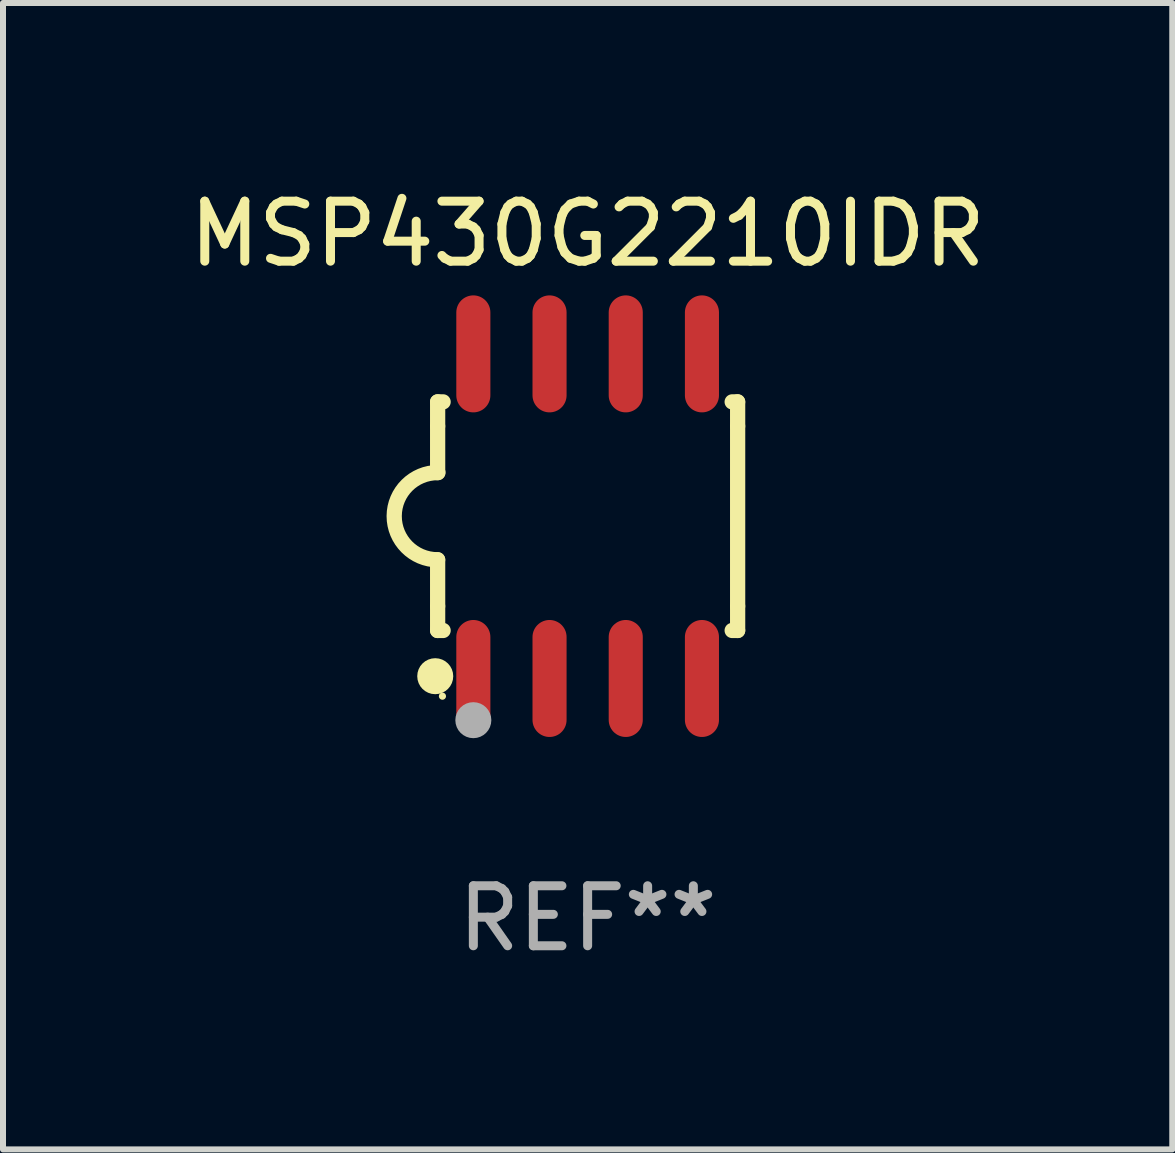
<source format=kicad_pcb>
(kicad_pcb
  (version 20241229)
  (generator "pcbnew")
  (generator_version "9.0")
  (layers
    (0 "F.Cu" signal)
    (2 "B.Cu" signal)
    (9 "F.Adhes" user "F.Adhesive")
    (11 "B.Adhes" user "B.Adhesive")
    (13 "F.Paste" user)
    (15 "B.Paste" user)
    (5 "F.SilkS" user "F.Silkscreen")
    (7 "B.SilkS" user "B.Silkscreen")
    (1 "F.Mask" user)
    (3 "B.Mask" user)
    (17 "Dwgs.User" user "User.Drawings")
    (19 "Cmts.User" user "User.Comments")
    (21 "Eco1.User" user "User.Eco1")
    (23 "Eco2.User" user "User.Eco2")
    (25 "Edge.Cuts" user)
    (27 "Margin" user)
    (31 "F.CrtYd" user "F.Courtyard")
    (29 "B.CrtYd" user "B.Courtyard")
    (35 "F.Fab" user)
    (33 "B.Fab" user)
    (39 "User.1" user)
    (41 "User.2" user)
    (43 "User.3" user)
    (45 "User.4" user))
  (footprint "MSP430G2210IDR"
    (layer "F.Cu")
    (at 6.744 5.553)
    (property "Reference" "MSP430G2210IDR" (at 0 -4.705 0) (layer "F.SilkS") (effects (font (size 1 1) (thickness 0.15))))
    (attr through_hole)
    (fp_line (start -2.5 -1.905) (end -2.409 -1.905) (stroke (width 0.254) (type solid)) (layer "F.SilkS"))
    (fp_line (start -2.5 -1.5) (end -2.5 -1.905) (stroke (width 0.254) (type solid)) (layer "F.SilkS"))
    (fp_line (start -2.5 -1.5) (end -2.5 -0.726) (stroke (width 0.254) (type solid)) (layer "F.SilkS"))
    (fp_line (start -2.5 1.5) (end -2.5 0.727) (stroke (width 0.254) (type solid)) (layer "F.SilkS"))
    (fp_line (start -2.5 1.5) (end -2.5 1.905) (stroke (width 0.254) (type solid)) (layer "F.SilkS"))
    (fp_line (start -2.5 1.905) (end -2.409 1.905) (stroke (width 0.254) (type solid)) (layer "F.SilkS"))
    (fp_line (start 2.5 -1.905) (end 2.409 -1.905) (stroke (width 0.254) (type solid)) (layer "F.SilkS"))
    (fp_line (start 2.5 -1.5) (end 2.5 -1.905) (stroke (width 0.254) (type solid)) (layer "F.SilkS"))
    (fp_line (start 2.5 -1.5) (end 2.5 1.5) (stroke (width 0.254) (type solid)) (layer "F.SilkS"))
    (fp_line (start 2.5 1.5) (end 2.5 1.905) (stroke (width 0.254) (type solid)) (layer "F.SilkS"))
    (fp_line (start 2.5 1.905) (end 2.409 1.905) (stroke (width 0.254) (type solid)) (layer "F.SilkS"))
    (fp_arc (start -2.5 0.726568) (mid -3.220316 -0.0023) (end -2.495097 -0.726289) (stroke (width 0.254001) (type solid)) (layer "F.SilkS"))
    (fp_circle (center -2.54 2.667) (end -2.39 2.667) (stroke (width 0.3) (type solid)) (fill no) (layer "F.SilkS"))
    (fp_circle (center -2.42 3) (end -2.39 3) (stroke (width 0.06) (type solid)) (fill no) (layer "F.SilkS"))
    (fp_circle (center -1.905 3.4) (end -1.755 3.4) (stroke (width 0.3) (type solid)) (fill no) (layer "F.Fab"))
    (fp_text user "REF**" (at 0 6.705 0) (layer "F.Fab") (effects (font (size 1 1) (thickness 0.15))))
    (pad "1" smd oval (at -1.905 2.705) (size 0.568 1.95) (layers "F.Cu" "F.Mask" "F.Paste"))
    (pad "2" smd oval (at -0.635 2.705) (size 0.568 1.95) (layers "F.Cu" "F.Mask" "F.Paste"))
    (pad "3" smd oval (at 0.635 2.705) (size 0.568 1.95) (layers "F.Cu" "F.Mask" "F.Paste"))
    (pad "4" smd oval (at 1.905 2.705) (size 0.568 1.95) (layers "F.Cu" "F.Mask" "F.Paste"))
    (pad "5" smd oval (at 1.905 -2.705) (size 0.568 1.95) (layers "F.Cu" "F.Mask" "F.Paste"))
    (pad "6" smd oval (at 0.635 -2.705) (size 0.568 1.95) (layers "F.Cu" "F.Mask" "F.Paste"))
    (pad "7" smd oval (at -0.635 -2.705) (size 0.568 1.95) (layers "F.Cu" "F.Mask" "F.Paste"))
    (pad "8" smd oval (at -1.905 -2.705) (size 0.568 1.95) (layers "F.Cu" "F.Mask" "F.Paste")))
  (gr_rect
    (start -3 -3)
    (end 16.488 16.107)
    (stroke (width 0.1) (type default))
    (fill no)
    (layer "Edge.Cuts")))
</source>
